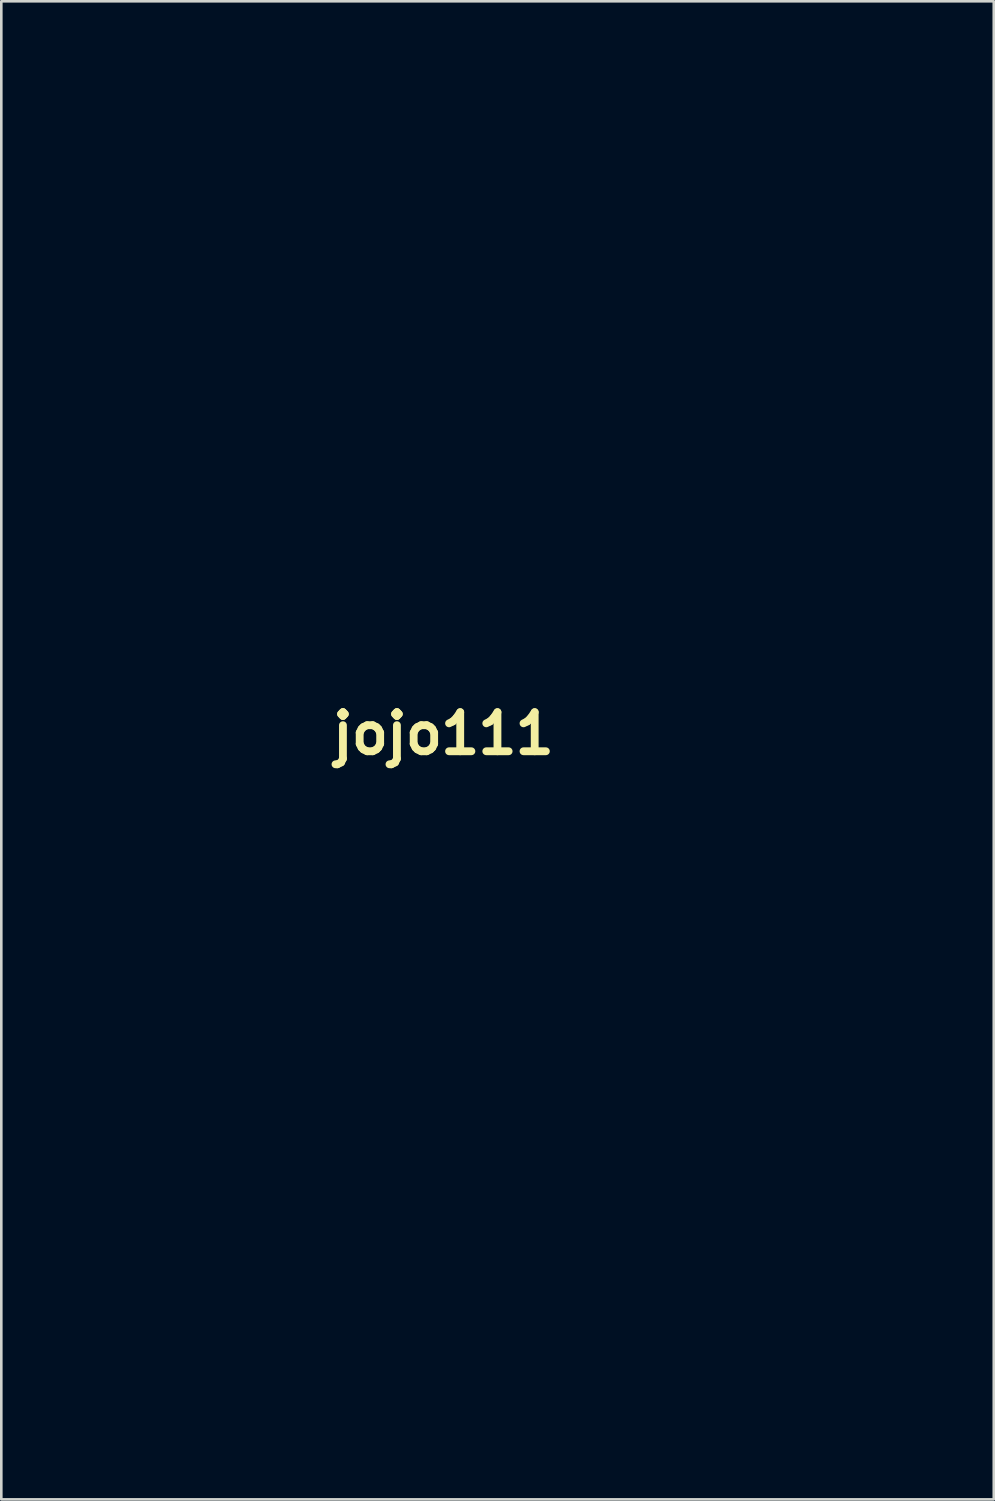
<source format=kicad_pcb>
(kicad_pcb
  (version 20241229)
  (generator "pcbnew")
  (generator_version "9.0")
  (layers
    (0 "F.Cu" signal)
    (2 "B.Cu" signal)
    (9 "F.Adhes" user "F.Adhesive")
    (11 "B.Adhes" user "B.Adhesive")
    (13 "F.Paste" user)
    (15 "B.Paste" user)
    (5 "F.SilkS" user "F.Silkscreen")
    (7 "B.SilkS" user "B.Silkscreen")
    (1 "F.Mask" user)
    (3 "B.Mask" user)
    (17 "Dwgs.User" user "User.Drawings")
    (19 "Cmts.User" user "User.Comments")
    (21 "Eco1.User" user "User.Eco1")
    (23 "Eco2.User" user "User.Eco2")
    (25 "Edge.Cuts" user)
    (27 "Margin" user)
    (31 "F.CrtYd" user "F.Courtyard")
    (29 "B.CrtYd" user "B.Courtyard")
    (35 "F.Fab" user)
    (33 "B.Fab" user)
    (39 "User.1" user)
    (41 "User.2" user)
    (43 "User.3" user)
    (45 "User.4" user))
  (footprint "jojo111"
    (layer "F.Cu")
    (at 13.965 25.096)
    (property "Reference" "jojo111" (at 0 0 0) (layer "F.SilkS") (effects (font (size 1.5 1.5) (thickness 0.3))))
    (attr board_only exclude_from_pos_files exclude_from_bom)
    (fp_poly (pts (xy -6.856 -16.88) (xy -6.584 -16.847) (xy -6.459 -16.775) (xy -6.426 -16.628) (xy -6.426 -16.596) (xy -6.449 -16.434) (xy -6.556 -16.353) (xy -6.802 -16.316) (xy -6.856 -16.312) (xy -7.125 -16.301) (xy -7.249 -16.345) (xy -7.284 -16.482) (xy -7.286 -16.596) (xy -7.274 -16.793) (xy -7.202 -16.878) (xy -7.012 -16.89)) (stroke (width 0) (type solid)) (fill yes) (layer "F.Mask"))
    (fp_poly (pts (xy -6.551 -15.373) (xy -6.418 -15.322) (xy -6.378 -15.193) (xy -6.375 -15.078) (xy -6.388 -14.891) (xy -6.465 -14.803) (xy -6.659 -14.776) (xy -6.831 -14.775) (xy -7.111 -14.783) (xy -7.243 -14.834) (xy -7.283 -14.964) (xy -7.286 -15.078) (xy -7.273 -15.265) (xy -7.197 -15.353) (xy -7.002 -15.38) (xy -6.831 -15.382)) (stroke (width 0) (type solid)) (fill yes) (layer "F.Mask"))
    (fp_poly (pts (xy 12.649 -24.753) (xy 12.672 -24.517) (xy 12.779 -24.402) (xy 12.995 -24.346) (xy 13.225 -24.279) (xy 13.342 -24.149) (xy 13.407 -23.887) (xy 13.409 -23.879) (xy 13.451 -23.666) (xy 13.519 -23.539) (xy 13.658 -23.473) (xy 13.915 -23.447) (xy 14.269 -23.437) (xy 14.724 -23.427) (xy 14.755 -23) (xy 14.789 -22.727) (xy 14.872 -22.59) (xy 15.054 -22.524) (xy 15.122 -22.511) (xy 15.332 -22.453) (xy 15.443 -22.341) (xy 15.502 -22.113) (xy 15.521 -21.987) (xy 15.562 -21.513) (xy 15.581 -20.926) (xy 15.576 -20.313) (xy 15.548 -19.761) (xy 15.52 -19.5) (xy 15.469 -19.214) (xy 15.389 -19.072) (xy 15.237 -19.016) (xy 15.141 -19.005) (xy 14.825 -18.974) (xy 14.775 -16.196) (xy 14.724 -13.417) (xy 14.471 -13.358) (xy 14.276 -13.257) (xy 14.193 -13.036) (xy 14.187 -12.985) (xy 14.135 -12.762) (xy 13.993 -12.651) (xy 13.807 -12.604) (xy 13.572 -12.539) (xy 13.476 -12.416) (xy 13.459 -12.196) (xy 13.442 -11.969) (xy 13.353 -11.865) (xy 13.13 -11.825) (xy 13.079 -11.821) (xy 12.7 -11.789) (xy 12.67 -11.056) (xy 12.641 -10.322) (xy 11.433 -10.322) (xy 10.226 -10.322) (xy 10.198 -8.779) (xy 10.17 -7.235) (xy 9.765 -7.185) (xy 9.361 -7.134) (xy 9.31 -6.43) (xy 9.277 -6.057) (xy 9.234 -5.839) (xy 9.16 -5.728) (xy 9.036 -5.674) (xy 9.006 -5.667) (xy 8.855 -5.609) (xy 8.774 -5.487) (xy 8.734 -5.245) (xy 8.723 -5.081) (xy 8.692 -4.554) (xy 9.856 -4.554) (xy 11.019 -4.554) (xy 11.05 -5.034) (xy 11.078 -5.326) (xy 11.141 -5.475) (xy 11.283 -5.54) (xy 11.435 -5.566) (xy 15.584 -5.566) (xy 16.039 -5.566) (xy 16.495 -5.566) (xy 16.495 -5.971) (xy 16.495 -6.375) (xy 16.956 -6.375) (xy 17.418 -6.375) (xy 17.386 -6.755) (xy 17.354 -6.994) (xy 17.269 -7.109) (xy 17.072 -7.153) (xy 16.925 -7.165) (xy 16.495 -7.196) (xy 16.495 -6.786) (xy 16.495 -6.375) (xy 16.039 -6.375) (xy 15.584 -6.375) (xy 15.584 -5.971) (xy 15.584 -5.566) (xy 11.435 -5.566) (xy 11.681 -5.626) (xy 11.791 -5.753) (xy 11.824 -5.92) (xy 11.895 -6.19) (xy 12.061 -6.329) (xy 12.37 -6.373) (xy 12.419 -6.374) (xy 12.745 -6.375) (xy 12.773 -7.868) (xy 12.801 -9.361) (xy 13.105 -9.361) (xy 13.408 -9.361) (xy 13.438 -8.627) (xy 13.468 -7.893) (xy 14.113 -7.893) (xy 14.758 -7.893) (xy 14.823 -8.5) (xy 15.572 -8.5) (xy 16.034 -8.5) (xy 16.316 -8.492) (xy 16.45 -8.443) (xy 16.492 -8.315) (xy 16.495 -8.191) (xy 16.507 -7.998) (xy 16.581 -7.914) (xy 16.773 -7.903) (xy 16.925 -7.913) (xy 17.355 -7.944) (xy 17.385 -8.681) (xy 17.415 -9.419) (xy 16.525 -9.39) (xy 15.635 -9.361) (xy 15.604 -8.93) (xy 15.572 -8.5) (xy 14.823 -8.5) (xy 14.828 -8.543) (xy 14.854 -8.896) (xy 14.854 -9.172) (xy 14.83 -9.302) (xy 14.701 -9.358) (xy 14.43 -9.398) (xy 14.105 -9.411) (xy 13.447 -9.411) (xy 13.478 -9.841) (xy 13.51 -10.271) (xy 15.432 -10.271) (xy 17.355 -10.271) (xy 17.386 -9.841) (xy 17.416 -9.572) (xy 17.486 -9.448) (xy 17.648 -9.413) (xy 17.766 -9.411) (xy 18.114 -9.411) (xy 18.114 -7.033) (xy 18.114 -4.655) (xy 17.886 -4.653) (xy 17.584 -4.592) (xy 17.406 -4.392) (xy 17.364 -4.281) (xy 17.253 -4.117) (xy 17.018 -4.039) (xy 16.92 -4.028) (xy 16.669 -3.988) (xy 16.55 -3.883) (xy 16.496 -3.649) (xy 16.495 -3.643) (xy 16.444 -3.289) (xy 15.635 -3.238) (xy 14.825 -3.188) (xy 14.794 -2.87) (xy 14.734 -2.633) (xy 14.574 -2.521) (xy 14.465 -2.493) (xy 14.262 -2.426) (xy 14.18 -2.287) (xy 14.167 -2.081) (xy 14.167 -1.729) (xy 13.434 -1.699) (xy 13.056 -1.681) (xy 12.833 -1.65) (xy 12.72 -1.587) (xy 12.669 -1.473) (xy 12.649 -1.367) (xy 12.541 -1.111) (xy 12.396 -1.035) (xy 12.047 -0.974) (xy 11.85 -0.9) (xy 11.759 -0.778) (xy 11.723 -0.572) (xy 11.719 -0.531) (xy 11.688 -0.152) (xy 10.98 -0.101) (xy 10.271 -0.051) (xy 10.221 0.304) (xy 10.17 0.658) (xy 9.564 0.689) (xy 9.146 0.736) (xy 8.912 0.825) (xy 8.876 0.866) (xy 8.755 0.952) (xy 8.493 0.999) (xy 8.091 1.012) (xy 7.387 1.012) (xy 7.387 1.36) (xy 7.36 1.612) (xy 7.295 1.764) (xy 7.286 1.771) (xy 7.201 1.914) (xy 7.185 2.03) (xy 7.24 2.178) (xy 7.435 2.226) (xy 7.468 2.226) (xy 7.785 2.295) (xy 7.965 2.488) (xy 7.994 2.646) (xy 8.028 2.747) (xy 8.157 2.808) (xy 8.424 2.842) (xy 8.627 2.854) (xy 9.259 2.884) (xy 9.31 3.339) (xy 9.361 3.795) (xy 10.17 3.845) (xy 10.98 3.896) (xy 11.011 4.377) (xy 11.037 4.666) (xy 11.094 4.807) (xy 11.224 4.853) (xy 11.39 4.857) (xy 11.626 4.875) (xy 11.721 4.964) (xy 11.739 5.155) (xy 11.756 5.344) (xy 11.845 5.436) (xy 12.061 5.475) (xy 12.169 5.484) (xy 12.599 5.515) (xy 12.649 6.224) (xy 12.7 6.932) (xy 13.052 6.982) (xy 13.404 7.033) (xy 13.437 7.843) (xy 13.451 8.42) (xy 13.434 8.827) (xy 13.377 9.092) (xy 13.272 9.245) (xy 13.11 9.317) (xy 13.025 9.329) (xy 12.796 9.378) (xy 12.697 9.511) (xy 12.668 9.689) (xy 12.622 9.918) (xy 12.504 10.006) (xy 12.348 10.018) (xy 12.002 10.049) (xy 11.813 10.16) (xy 11.743 10.382) (xy 11.739 10.485) (xy 11.722 10.716) (xy 11.629 10.81) (xy 11.399 10.828) (xy 11.391 10.828) (xy 11.153 10.848) (xy 11.049 10.946) (xy 11.011 11.157) (xy 10.987 11.334) (xy 10.923 11.436) (xy 10.773 11.491) (xy 10.489 11.523) (xy 10.322 11.536) (xy 9.664 11.587) (xy 9.664 13.206) (xy 9.664 14.825) (xy 9.993 14.857) (xy 10.254 14.928) (xy 10.372 15.096) (xy 10.376 15.11) (xy 10.392 15.28) (xy 10.403 15.615) (xy 10.408 16.078) (xy 10.407 16.631) (xy 10.401 17.153) (xy 10.373 18.974) (xy 9.993 19.006) (xy 9.614 19.037) (xy 9.614 19.695) (xy 9.614 20.353) (xy 9.285 20.321) (xy 8.956 20.29) (xy 8.926 19.505) (xy 8.897 18.721) (xy 8.251 18.721) (xy 7.803 18.712) (xy 7.519 18.672) (xy 7.364 18.58) (xy 7.298 18.417) (xy 7.286 18.199) (xy 7.286 17.799) (xy 6.148 17.864) (xy 5.678 17.893) (xy 5.278 17.923) (xy 4.993 17.951) (xy 4.877 17.969) (xy 4.791 18.089) (xy 4.771 18.384) (xy 4.776 18.492) (xy 4.804 18.784) (xy 4.867 18.933) (xy 5.008 18.999) (xy 5.161 19.025) (xy 5.515 19.075) (xy 5.545 19.752) (xy 5.575 20.429) (xy 5.899 20.461) (xy 6.092 20.492) (xy 6.192 20.573) (xy 6.234 20.76) (xy 6.25 20.998) (xy 6.264 21.335) (xy 6.285 21.584) (xy 6.339 21.758) (xy 6.453 21.869) (xy 6.655 21.932) (xy 6.972 21.959) (xy 7.43 21.963) (xy 8.058 21.958) (xy 8.225 21.957) (xy 8.826 21.954) (xy 9.365 21.952) (xy 9.806 21.952) (xy 10.113 21.952) (xy 10.246 21.953) (xy 10.358 21.998) (xy 10.411 22.152) (xy 10.423 22.428) (xy 10.423 22.896) (xy 10.803 22.835) (xy 11.218 22.799) (xy 11.477 22.861) (xy 11.607 23.036) (xy 11.637 23.283) (xy 11.591 23.592) (xy 11.431 23.779) (xy 11.129 23.867) (xy 10.835 23.882) (xy 10.57 23.896) (xy 10.452 23.959) (xy 10.423 24.105) (xy 10.423 24.122) (xy 10.363 24.297) (xy 10.169 24.411) (xy 9.817 24.473) (xy 9.348 24.489) (xy 8.905 24.489) (xy 8.905 24.881) (xy 8.905 25.273) (xy 8.02 25.331) (xy 7.489 25.35) (xy 6.916 25.347) (xy 6.417 25.322) (xy 6.375 25.318) (xy 5.616 25.248) (xy 5.585 24.869) (xy 5.552 24.624) (xy 5.465 24.517) (xy 5.261 24.49) (xy 5.155 24.489) (xy 4.9 24.499) (xy 4.786 24.568) (xy 4.757 24.754) (xy 4.756 24.894) (xy 4.756 25.299) (xy 4.048 25.299) (xy 3.339 25.299) (xy 3.339 24.905) (xy 3.297 24.595) (xy 3.144 24.435) (xy 2.842 24.388) (xy 2.825 24.388) (xy 2.671 24.324) (xy 2.631 24.137) (xy 2.62 24.016) (xy 2.568 23.926) (xy 2.45 23.862) (xy 2.239 23.818) (xy 1.91 23.789) (xy 1.435 23.77) (xy 0.788 23.757) (xy 0.658 23.755) (xy -0.86 23.73) (xy -0.86 23.325) (xy -0.848 23.065) (xy -0.774 22.941) (xy -0.58 22.887) (xy -0.455 22.87) (xy 8.905 22.87) (xy 8.905 23.309) (xy 8.915 23.587) (xy 8.939 23.766) (xy 8.951 23.793) (xy 9.073 23.823) (xy 9.309 23.835) (xy 9.33 23.835) (xy 9.532 23.821) (xy 9.635 23.75) (xy 9.678 23.568) (xy 9.695 23.351) (xy 9.726 22.87) (xy 9.316 22.87) (xy 8.905 22.87) (xy -0.455 22.87) (xy -0.2 22.826) (xy -0.079 22.737) (xy -0.032 22.54) (xy -0.019 22.389) (xy 0.01 22.12) (xy 0.081 21.996) (xy 0.242 21.961) (xy 0.363 21.959) (xy 0.607 21.936) (xy 0.724 21.831) (xy 0.774 21.656) (xy 0.861 21.429) (xy 1.026 21.353) (xy 1.063 21.352) (xy 1.27 21.265) (xy 1.387 21.001) (xy 1.415 20.674) (xy 1.437 20.547) (xy 1.532 20.475) (xy 1.748 20.438) (xy 1.999 20.421) (xy 2.58 20.391) (xy 2.58 20.037) (xy 2.58 19.682) (xy 2.028 19.632) (xy 1.703 19.591) (xy 1.526 19.528) (xy 1.442 19.414) (xy 1.416 19.328) (xy 1.381 19.215) (xy 1.315 19.14) (xy 1.177 19.095) (xy 0.931 19.069) (xy 0.538 19.053) (xy 0.315 19.046) (xy -0.727 19.017) (xy -0.704 19.451) (xy -0.688 19.846) (xy -0.706 20.08) (xy -0.775 20.196) (xy -0.916 20.235) (xy -1.063 20.239) (xy -1.417 20.239) (xy -1.417 20.745) (xy -1.417 21.251) (xy -2.479 21.251) (xy -3.542 21.251) (xy -3.542 22.518) (xy -3.542 23.786) (xy -3.841 23.846) (xy -3.997 23.886) (xy -4.089 23.96) (xy -4.136 24.115) (xy -4.16 24.4) (xy -4.17 24.628) (xy -4.2 25.349) (xy -4.604 25.349) (xy -5.009 25.349) (xy -5.06 25.855) (xy -5.11 26.361) (xy -7.337 26.38) (xy -7.993 26.383) (xy -8.584 26.381) (xy -9.079 26.375) (xy -9.447 26.365) (xy -9.656 26.352) (xy -9.689 26.346) (xy -9.778 26.218) (xy -9.817 25.982) (xy -9.817 25.973) (xy -9.851 25.664) (xy -9.98 25.48) (xy -10.258 25.35) (xy -10.271 25.345) (xy -10.575 25.242) (xy -10.575 24.226) (xy -9.004 24.226) (xy -8.968 24.342) (xy -8.898 24.422) (xy -8.737 24.465) (xy -8.446 24.476) (xy -8.122 24.468) (xy -7.728 24.45) (xy -7.492 24.422) (xy -7.371 24.368) (xy -7.321 24.271) (xy -7.305 24.16) (xy -7.273 23.882) (xy -8.092 23.882) (xy -8.561 23.897) (xy -8.853 23.951) (xy -8.993 24.057) (xy -9.004 24.226) (xy -10.575 24.226) (xy -10.575 24.082) (xy -10.575 22.921) (xy -10.221 22.87) (xy -10.003 22.827) (xy -9.9 22.739) (xy -9.869 22.546) (xy -9.867 22.364) (xy -9.875 22.084) (xy -9.929 21.947) (xy -10.077 21.894) (xy -10.246 21.877) (xy -10.496 21.84) (xy -10.603 21.751) (xy -10.625 21.559) (xy -10.625 21.553) (xy -10.625 21.26) (xy -11.359 21.23) (xy -12.093 21.2) (xy -12.124 20.77) (xy -12.155 20.34) (xy -12.655 20.34) (xy -13.155 20.34) (xy -13.155 19.672) (xy -9.006 19.672) (xy -8.997 20.07) (xy -8.954 20.303) (xy -8.859 20.41) (xy -8.69 20.429) (xy -8.605 20.421) (xy -8.43 20.368) (xy -8.347 20.224) (xy -8.317 20.011) (xy -8.286 19.632) (xy -7.79 19.632) (xy -7.295 19.632) (xy -7.271 19.019) (xy -3.504 19.019) (xy -3.494 19.505) (xy -3.478 19.687) (xy -3.412 20.248) (xy -2.794 20.218) (xy -2.176 20.188) (xy -2.147 19.101) (xy -2.118 18.013) (xy -2.766 18.013) (xy -3.413 18.013) (xy -3.478 18.569) (xy -3.504 19.019) (xy -7.271 19.019) (xy -7.265 18.848) (xy -7.235 18.063) (xy -6.805 18.032) (xy -6.375 18.001) (xy -6.375 17.501) (xy -6.375 17.001) (xy -7.384 17.001) (xy -8.392 17.001) (xy -8.421 17.987) (xy -8.45 18.974) (xy -8.728 19.006) (xy -8.88 19.034) (xy -8.963 19.107) (xy -8.998 19.274) (xy -9.006 19.584) (xy -9.006 19.672) (xy -13.155 19.672) (xy -13.155 18.372) (xy -13.155 16.697) (xy -2.226 16.697) (xy -2.205 16.891) (xy -2.1 16.982) (xy -1.853 17.019) (xy -1.847 17.02) (xy -1.609 17.051) (xy -1.5 17.13) (xy -1.469 17.32) (xy -1.467 17.482) (xy -1.467 17.912) (xy -0.381 17.912) (xy 0.705 17.912) (xy 0.703 17.001) (xy 4.854 17.001) (xy 5.558 17.001) (xy 6.262 17.001) (xy 6.293 16.621) (xy 6.325 16.242) (xy 7.564 16.242) (xy 8.804 16.242) (xy 8.804 15.913) (xy 8.787 15.692) (xy 8.693 15.602) (xy 8.461 15.584) (xy 8.45 15.584) (xy 8.096 15.584) (xy 8.096 13.926) (xy 8.096 12.267) (xy 7.716 12.281) (xy 7.337 12.295) (xy 7.308 11.157) (xy 7.279 10.018) (xy 6.827 10.018) (xy 6.375 10.018) (xy 6.375 10.423) (xy 6.364 10.682) (xy 6.298 10.797) (xy 6.127 10.827) (xy 6.026 10.828) (xy 5.676 10.828) (xy 5.646 11.562) (xy 5.616 12.295) (xy 5.262 12.295) (xy 4.908 12.295) (xy 4.881 14.648) (xy 4.854 17.001) (xy 0.703 17.001) (xy 0.7 15.053) (xy 0.694 12.194) (xy 0.98 12.143) (xy 1.265 12.093) (xy 1.265 10.701) (xy 1.264 10.147) (xy 1.257 9.764) (xy 1.24 9.52) (xy 1.207 9.384) (xy 1.153 9.325) (xy 1.072 9.31) (xy 1.037 9.31) (xy 0.938 9.318) (xy 0.873 9.367) (xy 0.834 9.491) (xy 0.816 9.726) (xy 0.81 10.106) (xy 0.81 10.423) (xy 0.81 11.536) (xy 0.398 11.536) (xy -0.014 11.536) (xy 0.011 12.27) (xy 0.035 13.004) (xy -0.445 13.035) (xy -0.925 13.066) (xy -0.909 13.49) (xy -0.899 13.84) (xy -0.919 14.034) (xy -0.987 14.115) (xy -1.121 14.13) (xy -1.175 14.128) (xy -1.439 14.117) (xy -1.453 15.23) (xy -1.467 16.343) (xy -1.847 16.374) (xy -2.097 16.412) (xy -2.204 16.501) (xy -2.226 16.692) (xy -2.226 16.697) (xy -13.155 16.697) (xy -13.155 16.405) (xy -12.675 16.374) (xy -12.194 16.343) (xy -12.19 16.183) (xy -8.298 16.183) (xy -7.413 16.213) (xy -6.527 16.242) (xy -6.499 15.103) (xy -6.47 13.965) (xy -6.17 13.965) (xy -5.992 13.954) (xy -5.903 13.885) (xy -5.873 13.706) (xy -5.869 13.459) (xy -5.869 12.953) (xy -5.465 12.953) (xy -5.06 12.953) (xy -5.06 12.194) (xy -5.06 11.435) (xy -4.604 11.435) (xy -4.149 11.435) (xy -4.149 9.057) (xy -4.149 6.679) (xy -4.554 6.679) (xy -4.959 6.679) (xy -4.959 7.438) (xy -4.959 8.197) (xy -5.309 8.197) (xy -5.659 8.197) (xy -5.688 9.082) (xy -5.705 9.506) (xy -5.728 9.769) (xy -5.772 9.911) (xy -5.851 9.974) (xy -5.978 9.998) (xy -5.993 9.999) (xy -6.268 10.031) (xy -6.296 11.163) (xy -6.325 12.295) (xy -6.755 12.295) (xy -7.185 12.295) (xy -7.185 13.94) (xy -7.185 15.584) (xy -7.741 15.584) (xy -8.06 15.589) (xy -8.225 15.623) (xy -8.288 15.711) (xy -8.298 15.882) (xy -8.298 15.884) (xy -8.298 16.183) (xy -12.19 16.183) (xy -12.165 15.21) (xy -12.137 14.078) (xy -11.761 14.047) (xy -11.384 14.016) (xy -11.355 13.13) (xy -11.326 12.245) (xy -10.976 12.245) (xy -10.758 12.234) (xy -10.657 12.165) (xy -10.627 11.982) (xy -10.625 11.802) (xy -10.609 11.312) (xy -10.551 10.989) (xy -10.438 10.802) (xy -10.257 10.718) (xy -10.184 10.707) (xy -10.013 10.682) (xy -9.915 10.618) (xy -9.867 10.467) (xy -9.844 10.181) (xy -9.836 10.021) (xy -9.801 9.616) (xy -9.725 9.373) (xy -9.578 9.252) (xy -9.329 9.212) (xy -9.234 9.21) (xy -9.038 9.2) (xy -8.942 9.136) (xy -8.909 8.965) (xy -8.905 8.71) (xy -8.896 8.41) (xy -8.851 8.258) (xy -8.739 8.196) (xy -8.627 8.178) (xy -8.483 8.152) (xy -8.397 8.084) (xy -8.352 7.929) (xy -8.329 7.641) (xy -8.319 7.418) (xy -8.289 6.69) (xy -7.813 6.659) (xy -7.523 6.631) (xy -7.376 6.567) (xy -7.311 6.423) (xy -7.286 6.274) (xy -7.238 6.049) (xy -7.137 5.941) (xy -6.92 5.898) (xy -6.81 5.889) (xy -6.384 5.858) (xy -6.354 5.079) (xy -6.336 4.687) (xy -6.308 4.453) (xy -6.253 4.333) (xy -6.154 4.285) (xy -6.046 4.269) (xy -5.872 4.23) (xy -5.792 4.127) (xy -5.769 3.9) (xy -5.768 3.795) (xy -5.754 3.514) (xy -5.691 3.376) (xy -5.553 3.323) (xy -5.54 3.321) (xy -5.43 3.292) (xy -5.361 3.215) (xy -5.32 3.048) (xy -5.297 2.752) (xy -5.284 2.409) (xy -5.274 2.125) (xy 0 2.125) (xy 0.02 2.329) (xy 0.12 2.413) (xy 0.354 2.429) (xy 0.592 2.412) (xy 0.69 2.326) (xy 0.708 2.125) (xy 0.689 1.921) (xy 0.588 1.837) (xy 0.354 1.822) (xy 0.116 1.838) (xy 0.019 1.924) (xy 0 2.125) (xy -5.274 2.125) (xy -5.254 1.53) (xy -4.879 1.499) (xy -4.622 1.453) (xy -4.528 1.366) (xy -0.911 1.366) (xy -0.901 1.584) (xy -0.835 1.687) (xy -0.658 1.718) (xy -0.455 1.72) (xy -0.176 1.713) (xy -0.043 1.662) (xy -0.003 1.524) (xy 0 1.366) (xy 0.016 1.129) (xy 0.104 1.031) (xy 0.327 1.012) (xy 0.354 1.012) (xy 0.592 1.028) (xy 0.689 1.116) (xy 0.708 1.339) (xy 0.708 1.366) (xy 0.725 1.604) (xy 0.811 1.702) (xy 1.018 1.72) (xy 1.229 1.702) (xy 1.303 1.605) (xy 1.297 1.391) (xy 1.244 1.155) (xy 1.11 1.053) (xy 0.987 1.031) (xy 0.814 0.992) (xy 0.733 0.891) (xy 0.709 0.667) (xy 0.708 0.55) (xy 0.7 0.273) (xy 0.648 0.143) (xy 0.506 0.104) (xy 0.354 0.101) (xy 0.137 0.111) (xy 0.034 0.177) (xy 0.002 0.354) (xy 0 0.557) (xy 0 1.012) (xy -0.455 1.012) (xy -0.735 1.02) (xy -0.868 1.071) (xy -0.908 1.209) (xy -0.911 1.366) (xy -4.528 1.366) (xy -4.516 1.355) (xy -4.503 1.265) (xy -4.586 1.084) (xy -4.731 1.03) (xy -4.875 0.982) (xy -4.941 0.852) (xy -4.959 0.583) (xy -4.959 0.554) (xy -4.959 0.11) (xy -5.17 0.101) (xy -3.441 0.101) (xy -2.878 0.101) (xy -2.316 0.101) (xy -2.347 -0.329) (xy -2.382 -0.585) (xy -2.432 -0.724) (xy -2.454 -0.734) (xy -2.594 -0.718) (xy -2.857 -0.709) (xy -2.985 -0.708) (xy -3.441 -0.708) (xy -3.441 -0.304) (xy -3.441 0.101) (xy -5.17 0.101) (xy -5.642 0.081) (xy -6.325 0.051) (xy -6.356 -0.379) (xy -6.387 -0.81) (xy -6.832 -0.81) (xy -7.278 -0.81) (xy -7.303 -1.518) (xy 0 -1.518) (xy 0 -1.164) (xy 0 -0.81) (xy 0.658 -0.81) (xy 1.316 -0.81) (xy 1.316 -0.354) (xy 1.316 0.101) (xy 1.923 0.101) (xy 2.53 0.101) (xy 2.53 0.557) (xy 2.538 0.836) (xy 2.589 0.969) (xy 2.724 1.009) (xy 2.867 1.012) (xy 4.036 1.012) (xy 4.396 1.012) (xy 4.616 1.003) (xy 4.721 0.939) (xy 4.754 0.766) (xy 4.756 0.55) (xy 4.749 0.268) (xy 4.703 0.138) (xy 4.578 0.109) (xy 4.427 0.12) (xy 4.219 0.157) (xy 4.118 0.253) (xy 4.076 0.471) (xy 4.067 0.582) (xy 4.036 1.012) (xy 2.867 1.012) (xy 3.11 1) (xy 3.246 0.97) (xy 3.25 0.967) (xy 3.269 0.847) (xy 3.263 0.602) (xy 3.255 0.505) (xy 3.22 0.242) (xy 3.147 0.129) (xy 2.989 0.112) (xy 2.898 0.12) (xy 2.706 0.129) (xy 2.609 0.07) (xy 2.567 -0.104) (xy 2.552 -0.304) (xy 3.339 -0.304) (xy 3.35 -0.044) (xy 3.416 0.071) (xy 3.589 0.1) (xy 3.694 0.101) (xy 3.92 0.089) (xy 4.021 0.013) (xy 4.047 -0.184) (xy 4.048 -0.304) (xy 4.041 -0.468) (xy 9.715 -0.468) (xy 9.726 -0.192) (xy 9.78 -0.063) (xy 9.91 -0.026) (xy 9.968 -0.025) (xy 10.125 -0.045) (xy 10.199 -0.14) (xy 10.22 -0.366) (xy 10.221 -0.468) (xy 10.21 -0.744) (xy 10.155 -0.873) (xy 10.026 -0.91) (xy 9.968 -0.911) (xy 9.81 -0.891) (xy 9.736 -0.796) (xy 9.715 -0.57) (xy 9.715 -0.468) (xy 4.041 -0.468) (xy 4.037 -0.563) (xy 3.971 -0.678) (xy 3.798 -0.707) (xy 3.694 -0.708) (xy 3.467 -0.696) (xy 3.366 -0.62) (xy 3.34 -0.423) (xy 3.339 -0.304) (xy 2.552 -0.304) (xy 2.55 -0.329) (xy 2.519 -0.81) (xy 1.917 -0.81) (xy 1.316 -0.81) (xy 1.316 -1.164) (xy 1.316 -1.518) (xy 0.658 -1.518) (xy 0 -1.518) (xy -7.303 -1.518) (xy -7.307 -1.644) (xy -7.323 -2.091) (xy 4.066 -2.091) (xy 4.066 -1.759) (xy 4.176 -1.578) (xy 4.415 -1.518) (xy 4.449 -1.518) (xy 4.637 -1.531) (xy 4.727 -1.605) (xy 4.754 -1.795) (xy 4.756 -1.98) (xy 4.749 -2.261) (xy 4.703 -2.392) (xy 4.578 -2.421) (xy 4.427 -2.41) (xy 4.192 -2.358) (xy 4.09 -2.224) (xy 4.066 -2.091) (xy -7.323 -2.091) (xy -7.337 -2.479) (xy -8.146 -2.479) (xy -8.956 -2.479) (xy -8.987 -2.049) (xy -9.018 -1.619) (xy -11.087 -1.619) (xy -13.155 -1.619) (xy -13.155 -2.024) (xy -13.17 -2.285) (xy -13.235 -2.401) (xy -13.386 -2.429) (xy -13.4 -2.429) (xy -13.642 -2.439) (xy -13.803 -2.492) (xy -13.899 -2.622) (xy -13.947 -2.864) (xy -13.963 -3.251) (xy -13.964 -3.479) (xy -4.149 -3.479) (xy -4.14 -3.204) (xy -4.086 -3.075) (xy -3.95 -3.038) (xy -3.845 -3.036) (xy -3.656 -3.05) (xy -3.568 -3.129) (xy -3.543 -3.33) (xy -3.542 -3.474) (xy -3.553 -3.793) (xy -3.606 -3.952) (xy -3.732 -3.993) (xy -3.898 -3.971) (xy -4.056 -3.916) (xy -4.129 -3.791) (xy -4.149 -3.534) (xy -4.149 -3.479) (xy -13.964 -3.479) (xy -13.965 -3.597) (xy -13.965 -4.301) (xy -9.816 -4.301) (xy -9.804 -4.074) (xy -9.728 -3.973) (xy -9.531 -3.947) (xy -9.411 -3.947) (xy -9.152 -3.957) (xy -9.037 -4.024) (xy -9.007 -4.196) (xy -9.006 -4.301) (xy -9.019 -4.528) (xy -9.094 -4.628) (xy -9.292 -4.654) (xy -9.411 -4.655) (xy -9.67 -4.644) (xy -9.785 -4.578) (xy -9.815 -4.405) (xy -9.816 -4.301) (xy -13.965 -4.301) (xy -13.965 -4.643) (xy -13.585 -4.674) (xy -13.206 -4.706) (xy -13.177 -5.591) (xy -13.174 -5.667) (xy -8.411 -5.667) (xy -7.843 -5.667) (xy -7.274 -5.667) (xy -7.305 -6.089) (xy -4.149 -6.089) (xy -4.13 -5.779) (xy -4.05 -5.622) (xy -3.875 -5.569) (xy -3.778 -5.566) (xy -3.775 -5.566) (xy -2.277 -5.566) (xy -2.244 -4.756) (xy -2.211 -3.947) (xy -1.864 -3.947) (xy -1.652 -3.936) (xy -1.551 -3.869) (xy -1.52 -3.69) (xy -1.518 -3.491) (xy -1.518 -3.036) (xy -0.101 -3.036) (xy 1.316 -3.036) (xy 1.316 -3.491) (xy 1.307 -3.771) (xy 1.256 -3.904) (xy 1.126 -3.944) (xy 1.012 -3.947) (xy 0.808 -3.966) (xy 0.724 -4.067) (xy 0.708 -4.301) (xy 0.708 -4.655) (xy -0.405 -4.655) (xy -1.518 -4.655) (xy -1.518 -5.11) (xy -1.518 -5.161) (xy 0.708 -5.161) (xy 0.72 -4.901) (xy 0.785 -4.786) (xy 0.947 -4.757) (xy 1.012 -4.756) (xy 1.207 -4.772) (xy 1.293 -4.859) (xy 1.315 -5.074) (xy 1.316 -5.161) (xy 1.304 -5.421) (xy 1.239 -5.536) (xy 1.077 -5.565) (xy 1.012 -5.566) (xy 0.817 -5.55) (xy 0.731 -5.463) (xy 0.709 -5.248) (xy 0.708 -5.161) (xy -1.518 -5.161) (xy -1.518 -5.566) (xy -1.897 -5.566) (xy -2.277 -5.566) (xy -3.775 -5.566) (xy -3.632 -5.587) (xy -3.563 -5.688) (xy -3.542 -5.922) (xy -3.542 -6.021) (xy -3.551 -6.301) (xy -3.601 -6.434) (xy -3.731 -6.474) (xy -3.845 -6.476) (xy -1.518 -6.476) (xy -1.518 -6.072) (xy -1.518 -5.667) (xy -0.826 -5.667) (xy -0.473 -5.673) (xy -0.208 -5.69) (xy -0.088 -5.714) (xy -0.087 -5.714) (xy -0.066 -5.837) (xy -0.077 -6.075) (xy -0.082 -6.119) (xy -0.123 -6.476) (xy 2.53 -6.476) (xy 2.531 -4.883) (xy 2.535 -4.303) (xy 2.547 -3.765) (xy 2.563 -3.316) (xy 2.584 -3.001) (xy 2.595 -2.909) (xy 2.656 -2.658) (xy 2.761 -2.551) (xy 2.934 -2.53) (xy 3.106 -2.549) (xy 3.2 -2.644) (xy 3.255 -2.866) (xy 3.275 -2.999) (xy 3.298 -3.271) (xy 3.312 -3.556) (xy 4.057 -3.556) (xy 4.08 -3.27) (xy 4.15 -3.113) (xy 4.283 -3.047) (xy 4.435 -3.036) (xy 4.584 -3.043) (xy 4.675 -3.094) (xy 4.73 -3.23) (xy 4.732 -3.238) (xy 8.842 -3.238) (xy 8.88 -2.606) (xy 8.907 -2.252) (xy 8.937 -1.973) (xy 8.96 -1.847) (xy 9.029 -1.799) (xy 9.215 -1.763) (xy 9.539 -1.739) (xy 10.021 -1.726) (xy 10.681 -1.72) (xy 10.825 -1.72) (xy 12.649 -1.72) (xy 12.649 -2.429) (xy 12.649 -3.137) (xy 12.245 -3.137) (xy 11.84 -3.137) (xy 11.84 -3.542) (xy 11.84 -3.947) (xy 10.625 -3.947) (xy 9.411 -3.947) (xy 9.411 -3.592) (xy 9.394 -3.354) (xy 9.308 -3.256) (xy 9.126 -3.238) (xy 8.842 -3.238) (xy 4.732 -3.238) (xy 4.768 -3.492) (xy 4.798 -3.81) (xy 4.822 -4.214) (xy 4.819 -4.318) (xy 15.584 -4.318) (xy 15.617 -4.085) (xy 15.747 -3.976) (xy 16.018 -3.962) (xy 16.086 -3.967) (xy 16.334 -4.012) (xy 16.445 -4.124) (xy 16.476 -4.27) (xy 16.52 -4.446) (xy 16.64 -4.533) (xy 16.895 -4.571) (xy 16.931 -4.574) (xy 17.355 -4.604) (xy 17.386 -5.085) (xy 17.417 -5.566) (xy 16.956 -5.566) (xy 16.495 -5.566) (xy 16.495 -5.06) (xy 16.495 -4.554) (xy 16.039 -4.554) (xy 15.758 -4.543) (xy 15.624 -4.49) (xy 15.585 -4.369) (xy 15.584 -4.318) (xy 4.819 -4.318) (xy 4.814 -4.519) (xy 4.777 -4.674) (xy 4.774 -4.678) (xy 4.613 -4.736) (xy 4.389 -4.739) (xy 4.236 -4.712) (xy 4.147 -4.644) (xy 4.1 -4.489) (xy 4.077 -4.201) (xy 4.068 -4.007) (xy 4.057 -3.556) (xy 3.312 -3.556) (xy 3.318 -3.694) (xy 3.332 -4.217) (xy 3.339 -4.788) (xy 3.339 -4.973) (xy 3.339 -6.476) (xy 4.857 -6.476) (xy 4.857 -5.616) (xy 4.857 -4.756) (xy 5.212 -4.756) (xy 5.566 -4.756) (xy 5.566 -5.616) (xy 5.566 -6.476) (xy 5.212 -6.476) (xy 4.857 -6.476) (xy 3.339 -6.476) (xy 2.935 -6.476) (xy 2.53 -6.476) (xy -0.123 -6.476) (xy -0.821 -6.476) (xy -1.518 -6.476) (xy -3.845 -6.476) (xy -4.043 -6.459) (xy -4.129 -6.369) (xy -4.149 -6.145) (xy -4.149 -6.089) (xy -7.305 -6.089) (xy -7.306 -6.097) (xy -7.337 -6.527) (xy -7.843 -6.527) (xy -8.349 -6.527) (xy -8.38 -6.097) (xy -8.411 -5.667) (xy -13.174 -5.667) (xy -13.147 -6.476) (xy -12.645 -6.476) (xy -12.143 -6.476) (xy -12.143 -6.881) (xy -12.141 -6.938) (xy -2.226 -6.938) (xy -2.212 -6.698) (xy -2.126 -6.598) (xy -1.908 -6.578) (xy -1.866 -6.578) (xy -1.627 -6.591) (xy -1.535 -6.669) (xy -1.533 -6.866) (xy -1.537 -6.907) (xy -1.586 -7.138) (xy -1.718 -7.238) (xy -1.897 -7.267) (xy -2.116 -7.274) (xy -2.207 -7.197) (xy -2.226 -6.983) (xy -2.226 -6.938) (xy -12.141 -6.938) (xy -12.132 -7.14) (xy -12.067 -7.256) (xy -11.896 -7.285) (xy -11.8 -7.286) (xy -11.578 -7.308) (xy -11.44 -7.398) (xy -11.366 -7.593) (xy -11.364 -7.618) (xy -6.368 -7.618) (xy -6.339 -7.438) (xy -6.239 -7.346) (xy -6.005 -7.298) (xy -5.67 -7.286) (xy -5.06 -7.286) (xy -5.06 -7.893) (xy -1.518 -7.893) (xy -1.518 -7.59) (xy -1.518 -7.286) (xy -0.405 -7.286) (xy 0.708 -7.286) (xy 0.708 -7.59) (xy 0.708 -7.893) (xy -0.405 -7.893) (xy -1.518 -7.893) (xy -5.06 -7.893) (xy -5.06 -8.045) (xy -5.06 -8.804) (xy -5.414 -8.804) (xy -5.632 -8.794) (xy -5.735 -8.728) (xy -5.766 -8.551) (xy -5.768 -8.349) (xy -5.778 -8.068) (xy -5.83 -7.935) (xy -5.953 -7.895) (xy -6.024 -7.893) (xy -6.268 -7.816) (xy -6.368 -7.618) (xy -11.364 -7.618) (xy -11.337 -7.931) (xy -11.334 -8.205) (xy -11.334 -8.804) (xy -10.986 -8.804) (xy -10.766 -8.817) (xy -10.66 -8.893) (xy -10.618 -9.089) (xy -10.606 -9.234) (xy -10.574 -9.507) (xy -10.494 -9.641) (xy -10.318 -9.7) (xy -10.221 -9.715) (xy -9.867 -9.765) (xy -9.848 -10.255) (xy -8.935 -10.255) (xy -8.933 -9.984) (xy -8.926 -9.625) (xy -8.917 -9.291) (xy -8.899 -9.001) (xy -8.843 -8.856) (xy -8.715 -8.798) (xy -8.627 -8.785) (xy -8.437 -8.739) (xy -8.373 -8.615) (xy -8.381 -8.427) (xy -8.385 -8.167) (xy -8.349 -7.995) (xy -8.348 -7.993) (xy -8.213 -7.941) (xy -7.903 -7.914) (xy -7.446 -7.912) (xy -7.36 -7.915) (xy -6.439 -7.944) (xy -6.432 -8.347) (xy -6.412 -8.611) (xy -6.333 -8.74) (xy -6.15 -8.8) (xy -6.122 -8.805) (xy -6.074 -8.814) (xy -3.542 -8.814) (xy -2.909 -8.784) (xy -2.277 -8.753) (xy -2.26 -8.399) (xy -2.247 -8.138) (xy -2.236 -7.972) (xy -2.235 -7.963) (xy -2.141 -7.915) (xy -1.923 -7.91) (xy -1.897 -7.912) (xy -1.69 -7.948) (xy -1.588 -8.044) (xy -1.547 -8.26) (xy -1.537 -8.377) (xy -1.506 -8.811) (xy -0.38 -8.782) (xy 0.746 -8.753) (xy 0.753 -8.349) (xy 0.772 -8.085) (xy 0.846 -7.961) (xy 1.017 -7.914) (xy 1.041 -7.911) (xy 1.324 -7.879) (xy 1.304 -8.467) (xy 2.548 -8.467) (xy 2.548 -8.134) (xy 2.658 -7.954) (xy 2.897 -7.894) (xy 2.931 -7.893) (xy 3.119 -7.906) (xy 3.209 -7.98) (xy 3.236 -8.171) (xy 3.238 -8.355) (xy 3.231 -8.637) (xy 3.185 -8.767) (xy 3.061 -8.797) (xy 2.909 -8.785) (xy 2.674 -8.733) (xy 2.572 -8.599) (xy 2.548 -8.467) (xy 1.304 -8.467) (xy 1.294 -8.772) (xy 1.278 -9.259) (xy 3.339 -9.259) (xy 3.347 -8.98) (xy 3.398 -8.847) (xy 3.536 -8.807) (xy 3.694 -8.804) (xy 4.048 -8.804) (xy 4.048 -8.045) (xy 4.048 -7.286) (xy 4.453 -7.286) (xy 4.857 -7.286) (xy 4.857 -7.893) (xy 6.375 -7.893) (xy 6.375 -7.539) (xy 6.375 -7.185) (xy 7.539 -7.185) (xy 8.703 -7.185) (xy 8.703 -7.539) (xy 8.703 -7.893) (xy 7.539 -7.893) (xy 6.375 -7.893) (xy 4.857 -7.893) (xy 4.857 -8.045) (xy 4.857 -8.804) (xy 5.212 -8.804) (xy 5.474 -8.771) (xy 5.565 -8.666) (xy 5.566 -8.652) (xy 5.596 -8.587) (xy 5.708 -8.543) (xy 5.933 -8.516) (xy 6.301 -8.503) (xy 6.78 -8.5) (xy 7.994 -8.5) (xy 7.994 -8.956) (xy 7.994 -9.411) (xy 7.59 -9.411) (xy 7.185 -9.411) (xy 7.185 -9.872) (xy 7.185 -10.333) (xy 6.704 -10.302) (xy 6.224 -10.271) (xy 6.192 -9.841) (xy 6.161 -9.411) (xy 5.509 -9.411) (xy 4.857 -9.411) (xy 4.857 -9.108) (xy 4.841 -8.913) (xy 4.755 -8.826) (xy 4.54 -8.804) (xy 4.453 -8.804) (xy 4.048 -8.804) (xy 4.048 -9.259) (xy 4.04 -9.539) (xy 3.989 -9.672) (xy 3.851 -9.712) (xy 3.694 -9.715) (xy 3.476 -9.705) (xy 3.373 -9.639) (xy 3.342 -9.462) (xy 3.339 -9.259) (xy 1.278 -9.259) (xy 1.265 -9.664) (xy 0.632 -9.663) (xy 0 -9.662) (xy 0 -10.043) (xy 0 -10.423) (xy -0.455 -10.423) (xy -0.735 -10.416) (xy -0.868 -10.364) (xy -0.908 -10.225) (xy -0.911 -10.063) (xy -0.924 -9.824) (xy -1.002 -9.732) (xy -1.199 -9.73) (xy -1.24 -9.734) (xy -1.464 -9.775) (xy -1.542 -9.882) (xy -1.536 -10.088) (xy -1.53 -10.299) (xy -1.606 -10.396) (xy -1.817 -10.436) (xy -1.89 -10.442) (xy -2.134 -10.474) (xy -2.25 -10.558) (xy -2.296 -10.753) (xy -2.298 -10.777) (xy 3.339 -10.777) (xy 3.366 -10.606) (xy 3.485 -10.536) (xy 3.694 -10.524) (xy 3.928 -10.499) (xy 4.045 -10.436) (xy 4.048 -10.423) (xy 4.142 -10.372) (xy 4.397 -10.337) (xy 4.771 -10.322) (xy 4.807 -10.322) (xy 5.566 -10.322) (xy 5.566 -10.676) (xy 7.994 -10.676) (xy 8.01 -10.439) (xy 8.098 -10.341) (xy 8.322 -10.322) (xy 8.349 -10.322) (xy 8.804 -10.322) (xy 8.804 -9.108) (xy 8.804 -7.893) (xy 9.057 -7.893) (xy 9.31 -7.893) (xy 9.31 -9.108) (xy 9.31 -10.322) (xy 9.057 -10.322) (xy 8.804 -10.322) (xy 8.349 -10.322) (xy 8.586 -10.338) (xy 8.683 -10.426) (xy 8.703 -10.649) (xy 8.703 -10.676) (xy 8.687 -10.913) (xy 8.599 -11.011) (xy 8.376 -11.03) (xy 8.349 -11.03) (xy 8.111 -11.015) (xy 8.014 -10.926) (xy 7.994 -10.703) (xy 7.994 -10.676) (xy 5.566 -10.676) (xy 5.554 -10.899) (xy 5.481 -11.004) (xy 5.29 -11.041) (xy 5.136 -11.049) (xy 4.794 -11.06) (xy 4.448 -11.062) (xy 4.019 -11.053) (xy 3.719 -11.043) (xy 3.468 -11.018) (xy 3.361 -10.937) (xy 3.339 -10.777) (xy -2.298 -10.777) (xy -2.308 -10.904) (xy -2.324 -11.131) (xy 6.16 -11.131) (xy 7.084 -11.131) (xy 8.007 -11.131) (xy 7.976 -11.46) (xy 7.944 -11.789) (xy 7.084 -11.789) (xy 6.224 -11.789) (xy 6.192 -11.46) (xy 6.16 -11.131) (xy -2.324 -11.131) (xy -2.339 -11.334) (xy -2.875 -11.334) (xy -3.411 -11.334) (xy -3.476 -10.651) (xy -3.511 -10.183) (xy -3.535 -9.69) (xy -3.541 -9.391) (xy -3.542 -8.814) (xy -6.074 -8.814) (xy -5.819 -8.86) (xy -5.839 -10.097) (xy -5.859 -11.334) (xy -5.46 -11.334) (xy -4.959 -11.334) (xy -4.959 -10.929) (xy -4.959 -10.524) (xy -4.554 -10.524) (xy -4.149 -10.524) (xy -4.149 -10.929) (xy -4.149 -11.334) (xy -4.554 -11.334) (xy -4.959 -11.334) (xy -5.46 -11.334) (xy -5.204 -11.344) (xy -5.09 -11.413) (xy -5.061 -11.599) (xy -5.06 -11.739) (xy -5.06 -12.143) (xy -4.301 -12.143) (xy -3.542 -12.143) (xy -3.542 -12.498) (xy -3.542 -12.548) (xy 3.339 -12.548) (xy 3.339 -12.194) (xy 3.339 -11.84) (xy 4.048 -11.84) (xy 4.756 -11.84) (xy 4.756 -12.194) (xy 5.566 -12.194) (xy 5.583 -11.956) (xy 5.669 -11.858) (xy 5.869 -11.84) (xy 9.301 -11.84) (xy 9.761 -11.84) (xy 10.042 -11.832) (xy 10.177 -11.782) (xy 10.218 -11.65) (xy 10.221 -11.503) (xy 10.236 -11.258) (xy 10.305 -11.108) (xy 10.463 -11.038) (xy 10.744 -11.034) (xy 11.184 -11.083) (xy 11.269 -11.095) (xy 11.554 -11.143) (xy 11.692 -11.216) (xy 11.735 -11.359) (xy 11.739 -11.499) (xy 11.739 -11.84) (xy 11.03 -11.84) (xy 10.322 -11.84) (xy 10.322 -12.26) (xy 10.322 -12.68) (xy 11.895 -12.622) (xy 13.468 -12.565) (xy 13.438 -13.237) (xy 13.408 -13.909) (xy 13.085 -13.925) (xy 12.858 -13.913) (xy 12.761 -13.81) (xy 12.731 -13.637) (xy 12.7 -13.333) (xy 11.03 -13.32) (xy 9.361 -13.307) (xy 9.331 -12.574) (xy 9.301 -11.84) (xy 5.869 -11.84) (xy 6.073 -11.86) (xy 6.157 -11.96) (xy 6.173 -12.194) (xy 6.156 -12.432) (xy 6.07 -12.53) (xy 5.869 -12.548) (xy 5.665 -12.528) (xy 5.582 -12.428) (xy 5.566 -12.194) (xy 4.756 -12.194) (xy 4.756 -12.548) (xy 4.048 -12.548) (xy 3.339 -12.548) (xy -3.542 -12.548) (xy -3.542 -12.852) (xy -4.655 -12.852) (xy -5.768 -12.852) (xy -5.768 -12.506) (xy -5.768 -12.161) (xy -6.527 -12.09) (xy -7.286 -12.018) (xy -7.286 -11.676) (xy -7.286 -11.334) (xy -8.096 -11.334) (xy -8.905 -11.334) (xy -8.923 -10.803) (xy -8.931 -10.505) (xy -8.935 -10.255) (xy -9.848 -10.255) (xy -9.837 -10.544) (xy -9.808 -11.323) (xy -9.382 -11.354) (xy -9.11 -11.387) (xy -8.979 -11.466) (xy -8.928 -11.634) (xy -8.921 -11.688) (xy -8.876 -11.905) (xy -8.774 -12.04) (xy -8.574 -12.111) (xy -8.236 -12.138) (xy -7.969 -12.142) (xy -7.286 -12.143) (xy -7.286 -12.498) (xy -7.276 -12.715) (xy -7.21 -12.818) (xy -7.033 -12.85) (xy -6.831 -12.852) (xy -6.375 -12.852) (xy -6.375 -13.763) (xy -6.375 -14.673) (xy -6.072 -14.673) (xy -5.877 -14.689) (xy -5.791 -14.776) (xy -5.769 -14.991) (xy -5.768 -15.027) (xy -4.959 -15.027) (xy -4.946 -14.801) (xy -4.871 -14.7) (xy -4.673 -14.674) (xy -4.554 -14.673) (xy -4.149 -14.673) (xy -4.149 -14.167) (xy -4.142 -13.868) (xy -4.102 -13.718) (xy -3.995 -13.667) (xy -3.845 -13.661) (xy -3.666 -13.672) (xy -3.576 -13.74) (xy -3.545 -13.917) (xy -3.542 -14.167) (xy -3.548 -14.467) (xy -3.589 -14.616) (xy -3.696 -14.668) (xy -3.845 -14.673) (xy -3.937 -14.682) (xy -1.518 -14.682) (xy -1.518 -14.167) (xy -1.518 -13.652) (xy -0.788 -13.682) (xy -0.058 -13.712) (xy -0.054 -14.167) (xy -0.051 -14.57) (xy 0.723 -14.57) (xy 0.725 -14.177) (xy 0.737 -13.899) (xy 0.752 -13.794) (xy 0.881 -13.693) (xy 1.059 -13.661) (xy 1.211 -13.677) (xy 1.287 -13.76) (xy 1.313 -13.961) (xy 1.316 -14.167) (xy 1.316 -14.673) (xy 1.923 -14.673) (xy 2.53 -14.673) (xy 2.53 -14.977) (xy 3.339 -14.977) (xy 3.339 -14.471) (xy 3.339 -13.965) (xy 3.694 -13.965) (xy 4.048 -13.965) (xy 4.048 -14.294) (xy 8.704 -14.294) (xy 8.72 -14.073) (xy 8.814 -13.983) (xy 9.045 -13.965) (xy 9.057 -13.965) (xy 9.295 -13.981) (xy 9.392 -14.068) (xy 9.41 -14.283) (xy 9.41 -14.294) (xy 9.397 -14.593) (xy 9.365 -14.975) (xy 9.365 -14.977) (xy 11.03 -14.977) (xy 11.03 -14.471) (xy 11.03 -13.965) (xy 11.435 -13.965) (xy 11.84 -13.965) (xy 11.84 -14.471) (xy 11.84 -14.977) (xy 11.435 -14.977) (xy 11.03 -14.977) (xy 9.365 -14.977) (xy 9.346 -15.154) (xy 9.297 -15.467) (xy 9.231 -15.627) (xy 9.122 -15.682) (xy 9.057 -15.685) (xy 8.921 -15.659) (xy 8.841 -15.549) (xy 8.788 -15.306) (xy 8.768 -15.154) (xy 8.73 -14.775) (xy 8.707 -14.421) (xy 8.704 -14.294) (xy 4.048 -14.294) (xy 4.048 -14.471) (xy 4.048 -14.977) (xy 3.694 -14.977) (xy 3.339 -14.977) (xy 2.53 -14.977) (xy 2.53 -15.399) (xy 4.048 -15.399) (xy 4.078 -15.129) (xy 4.201 -15.006) (xy 4.469 -14.977) (xy 4.662 -14.998) (xy 4.741 -15.104) (xy 4.756 -15.331) (xy 4.741 -15.568) (xy 4.652 -15.666) (xy 4.429 -15.685) (xy 4.402 -15.685) (xy 4.164 -15.668) (xy 4.066 -15.582) (xy 4.048 -15.399) (xy 2.53 -15.399) (xy 2.53 -15.786) (xy 2.53 -16.141) (xy 4.857 -16.141) (xy 4.873 -15.903) (xy 4.961 -15.806) (xy 5.185 -15.786) (xy 5.212 -15.786) (xy 5.449 -15.802) (xy 5.546 -15.891) (xy 5.566 -16.114) (xy 5.566 -16.141) (xy 5.55 -16.378) (xy 5.462 -16.475) (xy 5.239 -16.495) (xy 5.212 -16.495) (xy 4.974 -16.479) (xy 4.877 -16.391) (xy 4.857 -16.168) (xy 4.857 -16.141) (xy 2.53 -16.141) (xy 2.53 -16.866) (xy 5.566 -16.866) (xy 5.592 -16.653) (xy 5.633 -16.562) (xy 5.761 -16.529) (xy 6.034 -16.505) (xy 6.398 -16.495) (xy 6.443 -16.495) (xy 7.185 -16.495) (xy 7.185 -16.798) (xy 7.185 -17.102) (xy 6.375 -17.102) (xy 5.974 -17.099) (xy 5.733 -17.081) (xy 5.612 -17.038) (xy 5.57 -16.956) (xy 5.566 -16.866) (xy 2.53 -16.866) (xy 2.53 -16.9) (xy 1.915 -16.9) (xy 1.3 -16.9) (xy 1.333 -16.572) (xy 1.334 -16.342) (xy 1.24 -16.236) (xy 1.063 -16.192) (xy 0.759 -16.139) (xy 0.73 -15.033) (xy 0.723 -14.57) (xy -0.051 -14.57) (xy -0.051 -14.623) (xy -0.784 -14.652) (xy -1.518 -14.682) (xy -3.937 -14.682) (xy -4.049 -14.693) (xy -4.133 -14.793) (xy -4.149 -15.027) (xy -4.161 -15.254) (xy -4.237 -15.355) (xy -4.434 -15.381) (xy -4.554 -15.382) (xy -4.813 -15.371) (xy -4.928 -15.305) (xy -4.958 -15.132) (xy -4.959 -15.027) (xy -5.768 -15.027) (xy -5.768 -15.078) (xy -5.78 -15.338) (xy -5.845 -15.453) (xy -6.007 -15.482) (xy -6.072 -15.483) (xy -6.276 -15.503) (xy -6.359 -15.603) (xy -6.375 -15.837) (xy -6.358 -16.075) (xy -6.273 -16.173) (xy -6.072 -16.191) (xy -5.768 -16.191) (xy -5.768 -17.298) (xy -5.768 -17.443) (xy 8.804 -17.443) (xy 8.823 -17.211) (xy 8.916 -17.118) (xy 9.108 -17.102) (xy 9.323 -17.077) (xy 9.402 -16.959) (xy 9.411 -16.798) (xy 9.411 -16.495) (xy 11.03 -16.495) (xy 12.649 -16.495) (xy 12.649 -17.138) (xy 12.649 -17.782) (xy 12.374 -17.81) (xy 13.459 -17.81) (xy 13.459 -17.22) (xy 13.47 -16.891) (xy 13.498 -16.648) (xy 13.526 -16.562) (xy 13.668 -16.513) (xy 13.881 -16.495) (xy 14.035 -16.503) (xy 14.12 -16.558) (xy 14.158 -16.705) (xy 14.167 -16.991) (xy 14.167 -17.153) (xy 14.167 -17.81) (xy 13.813 -17.81) (xy 13.459 -17.81) (xy 12.374 -17.81) (xy 12.027 -17.847) (xy 11.545 -17.883) (xy 10.977 -17.903) (xy 10.387 -17.908) (xy 9.836 -17.897) (xy 9.386 -17.871) (xy 9.183 -17.847) (xy 8.934 -17.789) (xy 8.828 -17.685) (xy 8.804 -17.472) (xy 8.804 -17.443) (xy -5.768 -17.443) (xy -5.768 -18.405) (xy -5.389 -18.437) (xy -5.009 -18.468) (xy -4.98 -19.025) (xy 1.316 -19.025) (xy 1.316 -18.721) (xy 1.316 -18.418) (xy 1.923 -18.418) (xy 2.53 -18.418) (xy 2.53 -18.114) (xy 2.546 -17.919) (xy 2.632 -17.833) (xy 2.848 -17.811) (xy 2.935 -17.81) (xy 3.339 -17.81) (xy 3.339 -17.912) (xy 4.037 -17.912) (xy 5.105 -17.912) (xy 6.173 -17.912) (xy 6.173 -18.418) (xy 6.173 -18.924) (xy 7.432 -18.924) (xy 8.691 -18.924) (xy 8.72 -19.278) (xy 9.411 -19.278) (xy 9.423 -19.051) (xy 9.499 -18.95) (xy 9.696 -18.924) (xy 9.816 -18.924) (xy 10.075 -18.934) (xy 10.19 -19) (xy 10.22 -19.173) (xy 10.221 -19.278) (xy 10.208 -19.504) (xy 10.133 -19.605) (xy 9.935 -19.631) (xy 9.816 -19.632) (xy 9.557 -19.621) (xy 9.442 -19.555) (xy 9.412 -19.382) (xy 9.411 -19.278) (xy 8.72 -19.278) (xy 8.722 -19.303) (xy 8.764 -19.558) (xy 8.863 -19.676) (xy 9.032 -19.714) (xy 9.221 -19.763) (xy 9.298 -19.893) (xy 9.31 -20.099) (xy 9.31 -20.451) (xy 8.677 -20.421) (xy 8.045 -20.391) (xy 8.014 -20.011) (xy 7.982 -19.632) (xy 6.774 -19.632) (xy 5.566 -19.632) (xy 5.566 -19.282) (xy 5.566 -18.932) (xy 4.832 -18.903) (xy 4.098 -18.873) (xy 4.068 -18.392) (xy 4.037 -17.912) (xy 3.339 -17.912) (xy 3.339 -18.418) (xy 3.339 -19.025) (xy 2.327 -19.025) (xy 1.316 -19.025) (xy -4.98 -19.025) (xy -4.979 -19.048) (xy -4.949 -19.628) (xy -2.398 -19.655) (xy 0.152 -19.682) (xy 0.152 -20.037) (xy 0.128 -20.282) (xy 0.017 -20.416) (xy -0.202 -20.505) (xy -0.453 -20.621) (xy -0.55 -20.778) (xy -0.557 -20.859) (xy -0.542 -20.988) (xy -0.469 -21.063) (xy -0.292 -21.103) (xy 0.033 -21.125) (xy 0.12 -21.129) (xy 0.796 -21.159) (xy 0.828 -20.825) (xy 0.86 -20.492) (xy 1.682 -20.463) (xy 2.503 -20.434) (xy 2.567 -20.752) (xy 2.597 -21.039) (xy 2.538 -21.15) (xy 11.84 -21.15) (xy 11.84 -20.796) (xy 11.85 -20.578) (xy 11.915 -20.475) (xy 12.093 -20.444) (xy 12.295 -20.441) (xy 12.751 -20.441) (xy 12.751 -19.676) (xy 12.751 -18.911) (xy 13.079 -18.942) (xy 13.408 -18.974) (xy 13.437 -20.062) (xy 13.466 -21.15) (xy 12.653 -21.15) (xy 11.84 -21.15) (xy 2.538 -21.15) (xy 2.517 -21.191) (xy 2.289 -21.246) (xy 2.125 -21.251) (xy 1.806 -21.285) (xy 1.71 -21.361) (xy 11.043 -21.361) (xy 11.119 -21.27) (xy 11.334 -21.251) (xy 11.378 -21.251) (xy 11.618 -21.266) (xy 11.718 -21.351) (xy 11.739 -21.569) (xy 11.739 -21.612) (xy 11.725 -21.85) (xy 11.648 -21.942) (xy 11.45 -21.944) (xy 11.41 -21.94) (xy 11.178 -21.891) (xy 11.078 -21.759) (xy 11.049 -21.58) (xy 11.043 -21.361) (xy 1.71 -21.361) (xy 1.655 -21.405) (xy 1.646 -21.636) (xy 1.664 -21.721) (xy 1.711 -21.857) (xy 1.798 -21.932) (xy 1.974 -21.961) (xy 2.289 -21.96) (xy 2.408 -21.957) (xy 2.84 -21.946) (xy 3.11 -21.951) (xy 3.259 -21.986) (xy 3.326 -22.061) (xy 3.352 -22.188) (xy 3.358 -22.238) (xy 3.361 -22.263) (xy 10.322 -22.263) (xy 10.342 -22.059) (xy 10.442 -21.975) (xy 10.676 -21.959) (xy 10.914 -21.976) (xy 11.012 -22.062) (xy 11.03 -22.263) (xy 11.011 -22.467) (xy 10.91 -22.551) (xy 10.676 -22.567) (xy 10.438 -22.55) (xy 10.341 -22.464) (xy 10.322 -22.263) (xy 3.361 -22.263) (xy 3.39 -22.516) (xy 5.313 -22.516) (xy 7.235 -22.516) (xy 7.266 -22.997) (xy 7.267 -23.317) (xy 7.212 -23.465) (xy 7.165 -23.484) (xy 7.012 -23.485) (xy 6.707 -23.484) (xy 6.303 -23.481) (xy 6.044 -23.478) (xy 5.556 -23.48) (xy 5.089 -23.494) (xy 4.717 -23.52) (xy 4.602 -23.534) (xy 4.323 -23.586) (xy 4.191 -23.664) (xy 4.151 -23.817) (xy 4.149 -23.936) (xy 4.154 -24.069) (xy 4.183 -24.172) (xy 4.261 -24.247) (xy 4.41 -24.3) (xy 4.655 -24.333) (xy 5.017 -24.35) (xy 5.522 -24.356) (xy 6.191 -24.354) (xy 6.679 -24.351) (xy 8.652 -24.337) (xy 8.703 -23.885) (xy 8.753 -23.432) (xy 9.867 -23.429) (xy 10.98 -23.427) (xy 11.011 -22.991) (xy 11.073 -22.658) (xy 11.218 -22.497) (xy 11.473 -22.483) (xy 11.587 -22.507) (xy 11.707 -22.546) (xy 11.781 -22.619) (xy 11.821 -22.767) (xy 11.837 -23.032) (xy 11.84 -23.455) (xy 11.84 -23.479) (xy 11.84 -24.388) (xy 11.496 -24.388) (xy 11.213 -24.439) (xy 11.067 -24.613) (xy 11.03 -24.902) (xy 11.049 -24.999) (xy 11.133 -25.057) (xy 11.323 -25.086) (xy 11.658 -25.096) (xy 11.84 -25.096) (xy 12.649 -25.096)) (stroke (width 0) (type solid)) (fill yes) (layer "F.Mask")))
  (gr_rect
    (start -3 -3)
    (end 35.079 54.479)
    (stroke (width 0.1) (type default))
    (fill no)
    (layer "Edge.Cuts")))
</source>
